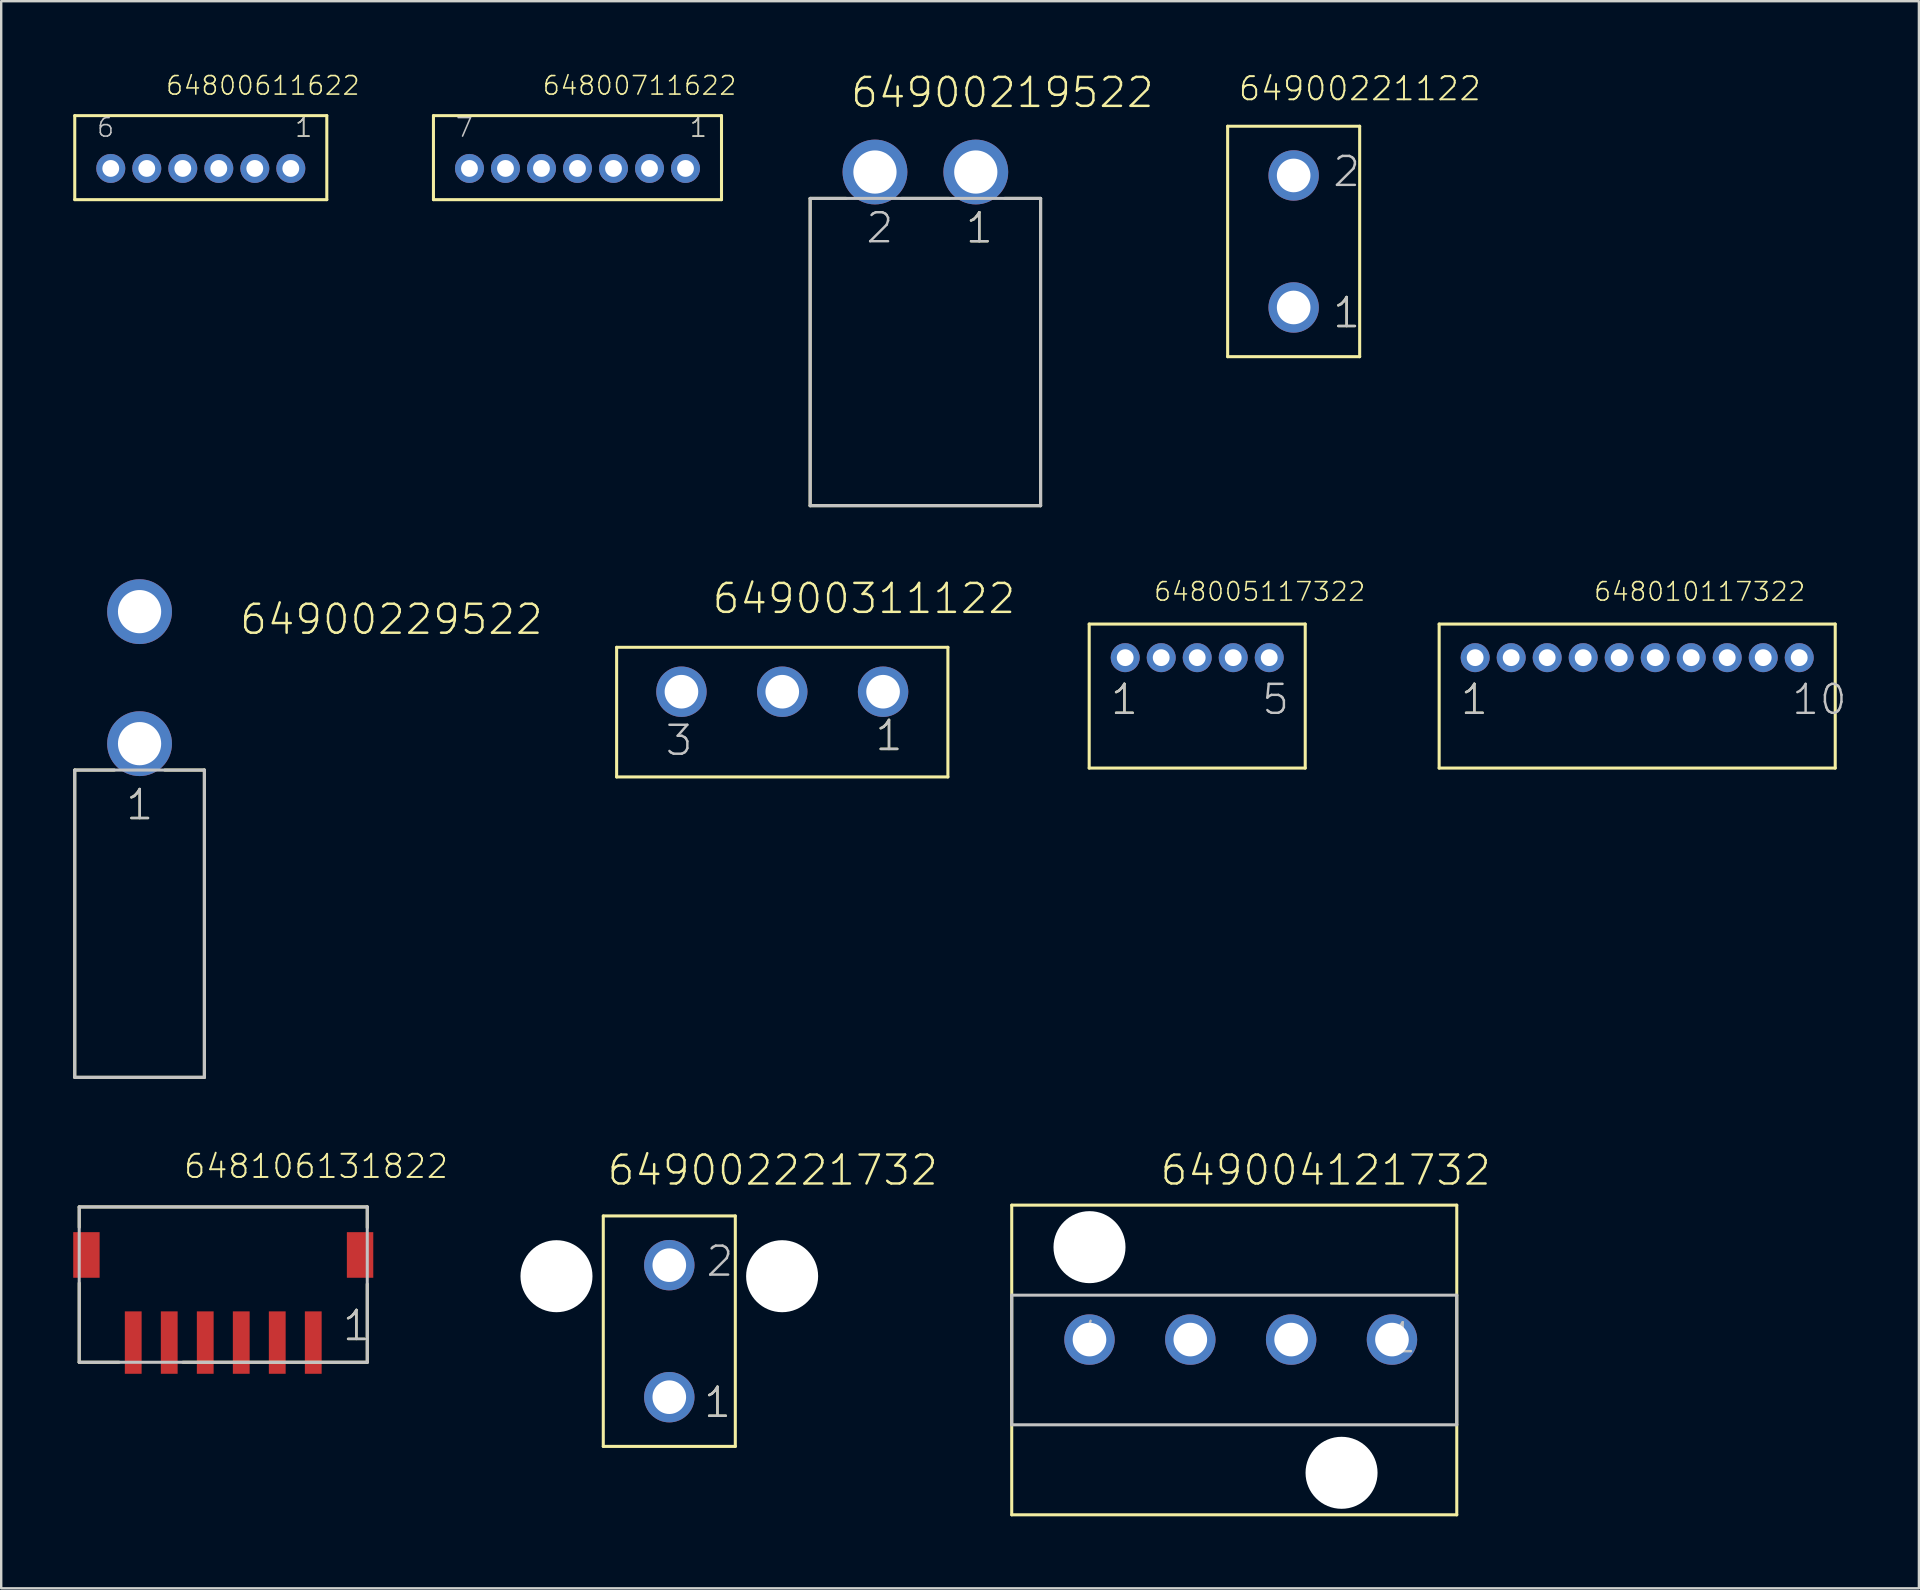
<source format=kicad_pcb>
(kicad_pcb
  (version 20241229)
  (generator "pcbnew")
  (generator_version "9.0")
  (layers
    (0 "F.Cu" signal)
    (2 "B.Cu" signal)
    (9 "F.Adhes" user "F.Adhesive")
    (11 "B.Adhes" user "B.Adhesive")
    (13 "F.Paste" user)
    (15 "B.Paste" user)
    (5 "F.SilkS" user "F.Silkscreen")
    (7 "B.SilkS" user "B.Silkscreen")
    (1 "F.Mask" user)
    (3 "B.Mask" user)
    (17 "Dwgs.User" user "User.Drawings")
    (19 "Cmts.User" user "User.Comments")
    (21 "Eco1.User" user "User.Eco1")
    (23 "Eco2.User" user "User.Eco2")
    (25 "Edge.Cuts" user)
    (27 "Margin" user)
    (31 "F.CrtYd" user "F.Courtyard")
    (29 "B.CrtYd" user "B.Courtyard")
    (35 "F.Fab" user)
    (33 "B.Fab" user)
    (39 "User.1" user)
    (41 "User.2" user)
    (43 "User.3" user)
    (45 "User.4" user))
  (footprint "64900311122"
    (layer "F.Cu")
    (at 29.538 25.766)
    (property "Reference" "64900311122" (at -2.98 -3.175 0) (layer "F.SilkS") (effects (font (size 1.206 1.206) (thickness 0.102)) (justify left bottom)))
    (attr through_hole)
    (fp_line (start -6.9 -1.85) (end 6.9 -1.85) (stroke (width 0.127) (type solid)) (layer "F.SilkS"))
    (fp_line (start -6.9 3.55) (end -6.9 -1.85) (stroke (width 0.127) (type solid)) (layer "F.SilkS"))
    (fp_line (start 6.9 -1.85) (end 6.9 3.55) (stroke (width 0.127) (type solid)) (layer "F.SilkS"))
    (fp_line (start 6.9 3.55) (end -6.9 3.55) (stroke (width 0.127) (type solid)) (layer "F.SilkS"))
    (fp_text user "1" (at 3.805 2.535 0) (layer "F.SilkS") (effects (font (size 1.206 1.206) (thickness 0.102)) (justify left bottom)))
    (fp_text user "3" (at -4.94 2.735 0) (layer "Dwgs.User") (effects (font (size 1.206 1.206) (thickness 0.102)) (justify left bottom)))
    (fp_text user "1" (at 3.805 2.535 0) (layer "Dwgs.User") (effects (font (size 1.206 1.206) (thickness 0.102)) (justify left bottom)))
    (pad "1" thru_hole circle (at 4.2 0) (size 2.1 2.1) (drill 1.4) (layers "*.Cu" "*.Mask"))
    (pad "2" thru_hole circle (at 0 0) (size 2.1 2.1) (drill 1.4) (layers "*.Cu" "*.Mask"))
    (pad "3" thru_hole circle (at -4.2 0) (size 2.1 2.1) (drill 1.4) (layers "*.Cu" "*.Mask")))
  (footprint "649004121732"
    (layer "F.Cu")
    (at 52.837 52.755)
    (property "Reference" "649004121732" (at -7.62 -6.35 0) (layer "F.SilkS") (effects (font (size 1.206 1.206) (thickness 0.102)) (justify left bottom)))
    (attr through_hole)
    (fp_line (start -13.74 -5.6) (end 4.8 -5.6) (stroke (width 0.127) (type solid)) (layer "F.SilkS"))
    (fp_line (start -13.74 7.3) (end -13.74 -5.6) (stroke (width 0.127) (type solid)) (layer "F.SilkS"))
    (fp_line (start 4.8 -5.6) (end 4.8 7.3) (stroke (width 0.127) (type solid)) (layer "F.SilkS"))
    (fp_line (start 4.8 7.3) (end -13.74 7.3) (stroke (width 0.127) (type solid)) (layer "F.SilkS"))
    (fp_line (start -13.74 -1.85) (end 4.8 -1.85) (stroke (width 0.127) (type solid)) (layer "Dwgs.User"))
    (fp_line (start -13.74 3.55) (end -13.74 -1.85) (stroke (width 0.127) (type solid)) (layer "Dwgs.User"))
    (fp_line (start 4.8 -1.85) (end 4.8 3.55) (stroke (width 0.127) (type solid)) (layer "Dwgs.User"))
    (fp_line (start 4.8 3.55) (end -13.74 3.55) (stroke (width 0.127) (type solid)) (layer "Dwgs.User"))
    (fp_text user "1" (at 1.905 0.635 0) (layer "Dwgs.User") (effects (font (size 1.206 1.206) (thickness 0.102)) (justify left bottom)))
    (fp_text user "4" (at -11.04 0.635 0) (layer "Dwgs.User") (effects (font (size 1.206 1.206) (thickness 0.102)) (justify left bottom)))
    (pad "" np_thru_hole circle (at -10.5 -3.85) (size 3 3) (drill 3) (layers "*.Cu"))
    (pad "" np_thru_hole circle (at 0 5.55) (size 3 3) (drill 3) (layers "*.Cu"))
    (pad "1" thru_hole circle (at 2.1 0) (size 2.1 2.1) (drill 1.4) (layers "*.Cu" "*.Mask"))
    (pad "2" thru_hole circle (at -2.1 0) (size 2.1 2.1) (drill 1.4) (layers "*.Cu" "*.Mask"))
    (pad "3" thru_hole circle (at -6.3 0) (size 2.1 2.1) (drill 1.4) (layers "*.Cu" "*.Mask"))
    (pad "4" thru_hole circle (at -10.5 0) (size 2.1 2.1) (drill 1.4) (layers "*.Cu" "*.Mask")))
  (footprint "64900219522"
    (layer "F.Cu")
    (at 35.5 4.116)
    (property "Reference" "64900219522" (at -3.175 -2.605 0) (layer "F.SilkS") (effects (font (size 1.206 1.206) (thickness 0.102)) (justify left bottom)))
    (attr through_hole)
    (fp_line (start -4.8 1.1) (end -3.3 1.1) (stroke (width 0.127) (type solid)) (layer "F.SilkS"))
    (fp_line (start -4.8 13.9) (end -4.8 1.1) (stroke (width 0.127) (type solid)) (layer "F.SilkS"))
    (fp_line (start -1 1.1) (end 1 1.1) (stroke (width 0.127) (type solid)) (layer "F.SilkS"))
    (fp_line (start 3.3 1.1) (end 4.8 1.1) (stroke (width 0.127) (type solid)) (layer "F.SilkS"))
    (fp_line (start 4.8 1.1) (end 4.8 13.9) (stroke (width 0.127) (type solid)) (layer "F.SilkS"))
    (fp_line (start 4.8 13.9) (end -4.8 13.9) (stroke (width 0.127) (type solid)) (layer "F.SilkS"))
    (fp_line (start -4.8 1.1) (end 4.8 1.1) (stroke (width 0.127) (type solid)) (layer "Dwgs.User"))
    (fp_line (start -4.8 13.9) (end -4.8 1.1) (stroke (width 0.127) (type solid)) (layer "Dwgs.User"))
    (fp_line (start 4.8 1.1) (end 4.8 13.9) (stroke (width 0.127) (type solid)) (layer "Dwgs.User"))
    (fp_line (start 4.8 13.9) (end -4.8 13.9) (stroke (width 0.127) (type solid)) (layer "Dwgs.User"))
    (fp_text user "1" (at 1.605 3.035 0) (layer "F.SilkS") (effects (font (size 1.206 1.206) (thickness 0.102)) (justify left bottom)))
    (fp_text user "1" (at 1.605 3.035 0) (layer "Dwgs.User") (effects (font (size 1.206 1.206) (thickness 0.102)) (justify left bottom)))
    (fp_text user "2" (at -2.54 3.035 0) (layer "Dwgs.User") (effects (font (size 1.206 1.206) (thickness 0.102)) (justify left bottom)))
    (pad "1" thru_hole circle (at 2.1 0) (size 2.7 2.7) (drill 1.8) (layers "*.Cu" "*.Mask"))
    (pad "2" thru_hole circle (at -2.1 0) (size 2.7 2.7) (drill 1.8) (layers "*.Cu" "*.Mask")))
  (footprint "649002221732"
    (layer "F.Cu")
    (at 24.832 52.405)
    (property "Reference" "649002221732" (at -2.65 -6 0) (layer "F.SilkS") (effects (font (size 1.206 1.206) (thickness 0.102)) (justify left bottom)))
    (attr through_hole)
    (fp_line (start -2.75 -4.8) (end 2.75 -4.8) (stroke (width 0.127) (type solid)) (layer "F.SilkS"))
    (fp_line (start -2.75 4.8) (end -2.75 -4.8) (stroke (width 0.127) (type solid)) (layer "F.SilkS"))
    (fp_line (start 2.75 -4.8) (end 2.75 4.8) (stroke (width 0.127) (type solid)) (layer "F.SilkS"))
    (fp_line (start 2.75 4.8) (end -2.75 4.8) (stroke (width 0.127) (type solid)) (layer "F.SilkS"))
    (fp_text user "1" (at 1.365 3.675 0) (layer "F.SilkS") (effects (font (size 1.206 1.206) (thickness 0.102)) (justify left bottom)))
    (fp_text user "2" (at 1.465 -2.205 0) (layer "Dwgs.User") (effects (font (size 1.206 1.206) (thickness 0.102)) (justify left bottom)))
    (fp_text user "1" (at 1.365 3.675 0) (layer "Dwgs.User") (effects (font (size 1.206 1.206) (thickness 0.102)) (justify left bottom)))
    (pad "" np_thru_hole circle (at -4.7 -2.29) (size 3 3) (drill 3) (layers "*.Cu"))
    (pad "" np_thru_hole circle (at 4.7 -2.29) (size 3 3) (drill 3) (layers "*.Cu"))
    (pad "1" thru_hole circle (at 0 2.75) (size 2.1 2.1) (drill 1.4) (layers "*.Cu" "*.Mask"))
    (pad "2" thru_hole circle (at 0 -2.75) (size 2.1 2.1) (drill 1.4) (layers "*.Cu" "*.Mask")))
  (footprint "648005117322"
    (layer "F.Cu")
    (at 46.824 24.347)
    (property "Reference" "648005117322" (at -1.85 -2.3 0) (layer "F.SilkS") (effects (font (size 0.772 0.772) (thickness 0.065)) (justify left bottom)))
    (attr through_hole)
    (fp_line (start -4.5 -1.4) (end 4.5 -1.4) (stroke (width 0.127) (type solid)) (layer "F.SilkS"))
    (fp_line (start -4.5 4.6) (end -4.5 -1.4) (stroke (width 0.127) (type solid)) (layer "F.SilkS"))
    (fp_line (start 4.5 -1.4) (end 4.5 4.6) (stroke (width 0.127) (type solid)) (layer "F.SilkS"))
    (fp_line (start 4.5 4.6) (end -4.5 4.6) (stroke (width 0.127) (type solid)) (layer "F.SilkS"))
    (fp_text user "1" (at -3.675 2.45 0) (layer "F.SilkS") (effects (font (size 1.206 1.206) (thickness 0.102)) (justify left bottom)))
    (fp_text user "5" (at 2.625 2.45 0) (layer "Dwgs.User") (effects (font (size 1.206 1.206) (thickness 0.102)) (justify left bottom)))
    (fp_text user "1" (at -3.675 2.45 0) (layer "Dwgs.User") (effects (font (size 1.206 1.206) (thickness 0.102)) (justify left bottom)))
    (pad "1" thru_hole circle (at -3 0) (size 1.208 1.208) (drill 0.7) (layers "*.Cu" "*.Mask"))
    (pad "2" thru_hole circle (at -1.5 0) (size 1.208 1.208) (drill 0.7) (layers "*.Cu" "*.Mask"))
    (pad "3" thru_hole circle (at 0 0) (size 1.208 1.208) (drill 0.7) (layers "*.Cu" "*.Mask"))
    (pad "4" thru_hole circle (at 1.5 0) (size 1.208 1.208) (drill 0.7) (layers "*.Cu" "*.Mask"))
    (pad "5" thru_hole circle (at 3 0) (size 1.208 1.208) (drill 0.7) (layers "*.Cu" "*.Mask")))
  (footprint "648106131822"
    (layer "F.Cu")
    (at 6.25 52.88)
    (property "Reference" "648106131822" (at -1.7 -6.777 0) (layer "F.SilkS") (effects (font (size 0.965 0.965) (thickness 0.081)) (justify left bottom)))
    (attr through_hole)
    (fp_line (start -6 -5.65) (end 6 -5.65) (stroke (width 0.127) (type solid)) (layer "F.SilkS"))
    (fp_line (start -6 -4.8) (end -6 -5.65) (stroke (width 0.127) (type solid)) (layer "F.SilkS"))
    (fp_line (start -6 -2.48) (end -6 0.82) (stroke (width 0.127) (type solid)) (layer "F.SilkS"))
    (fp_line (start -6 0.82) (end -4.34 0.82) (stroke (width 0.127) (type solid)) (layer "F.SilkS"))
    (fp_line (start 6 -5.65) (end 6 -4.79) (stroke (width 0.127) (type solid)) (layer "F.SilkS"))
    (fp_line (start 6 -2.44) (end 6 0.82) (stroke (width 0.127) (type solid)) (layer "F.SilkS"))
    (fp_line (start 6 0.82) (end -1.68 0.82) (stroke (width 0.127) (type solid)) (layer "F.SilkS"))
    (fp_line (start -6 -5.65) (end -6 0.82) (stroke (width 0.127) (type solid)) (layer "Dwgs.User"))
    (fp_line (start -6 0.82) (end 6 0.82) (stroke (width 0.127) (type solid)) (layer "Dwgs.User"))
    (fp_line (start 6 -5.65) (end -6 -5.65) (stroke (width 0.127) (type solid)) (layer "Dwgs.User"))
    (fp_line (start 6 0.82) (end 6 -5.65) (stroke (width 0.127) (type solid)) (layer "Dwgs.User"))
    (fp_text user "1" (at 4.905 0 0) (layer "F.SilkS") (effects (font (size 1.206 1.206) (thickness 0.102)) (justify left bottom)))
    (fp_text user "1" (at 4.905 0 0) (layer "Dwgs.User") (effects (font (size 1.206 1.206) (thickness 0.102)) (justify left bottom)))
    (pad "1" smd rect (at -3.75 0) (size 0.7 2.6) (layers "F.Cu" "F.Mask" "F.Paste"))
    (pad "2" smd rect (at -2.25 0) (size 0.7 2.6) (layers "F.Cu" "F.Mask" "F.Paste"))
    (pad "3" smd rect (at -0.75 0) (size 0.7 2.6) (layers "F.Cu" "F.Mask" "F.Paste"))
    (pad "4" smd rect (at 0.75 0) (size 0.7 2.6) (layers "F.Cu" "F.Mask" "F.Paste"))
    (pad "5" smd rect (at 2.25 0) (size 0.7 2.6) (layers "F.Cu" "F.Mask" "F.Paste"))
    (pad "6" smd rect (at 3.75 0) (size 0.7 2.6) (layers "F.Cu" "F.Mask" "F.Paste"))
    (pad "Z1" smd rect (at -5.7 -3.65) (size 1.1 1.9) (layers "F.Cu" "F.Mask" "F.Paste"))
    (pad "Z2" smd rect (at 5.7 -3.65) (size 1.1 1.9) (layers "F.Cu" "F.Mask" "F.Paste")))
  (footprint "64800711622"
    (layer "F.Cu")
    (at 21.007 3.967)
    (property "Reference" "64800711622" (at -1.5 -3 0) (layer "F.SilkS") (effects (font (size 0.772 0.772) (thickness 0.065)) (justify left bottom)))
    (attr through_hole)
    (fp_line (start -6 -2.2) (end 6 -2.2) (stroke (width 0.127) (type solid)) (layer "F.SilkS"))
    (fp_line (start -6 1.3) (end -6 -2.2) (stroke (width 0.127) (type solid)) (layer "F.SilkS"))
    (fp_line (start 6 -2.2) (end 6 1.3) (stroke (width 0.127) (type solid)) (layer "F.SilkS"))
    (fp_line (start 6 1.3) (end -6 1.3) (stroke (width 0.127) (type solid)) (layer "F.SilkS"))
    (fp_text user "1" (at 4.625 -1.25 0) (layer "F.SilkS") (effects (font (size 0.772 0.772) (thickness 0.065)) (justify left bottom)))
    (fp_text user "7" (at -5.125 -1.25 0) (layer "Dwgs.User") (effects (font (size 0.772 0.772) (thickness 0.065)) (justify left bottom)))
    (fp_text user "1" (at 4.625 -1.25 0) (layer "Dwgs.User") (effects (font (size 0.772 0.772) (thickness 0.065)) (justify left bottom)))
    (pad "1" thru_hole circle (at 4.5 0) (size 1.208 1.208) (drill 0.7) (layers "*.Cu" "*.Mask"))
    (pad "2" thru_hole circle (at 3 0) (size 1.208 1.208) (drill 0.7) (layers "*.Cu" "*.Mask"))
    (pad "3" thru_hole circle (at 1.5 0) (size 1.208 1.208) (drill 0.7) (layers "*.Cu" "*.Mask"))
    (pad "4" thru_hole circle (at 0 0) (size 1.208 1.208) (drill 0.7) (layers "*.Cu" "*.Mask"))
    (pad "5" thru_hole circle (at -1.5 0) (size 1.208 1.208) (drill 0.7) (layers "*.Cu" "*.Mask"))
    (pad "6" thru_hole circle (at -3 0) (size 1.208 1.208) (drill 0.7) (layers "*.Cu" "*.Mask"))
    (pad "7" thru_hole circle (at -4.5 0) (size 1.208 1.208) (drill 0.7) (layers "*.Cu" "*.Mask")))
  (footprint "64900221122"
    (layer "F.Cu")
    (at 50.842 7.009)
    (property "Reference" "64900221122" (at -2.35 -5.8 0) (layer "F.SilkS") (effects (font (size 0.965 0.965) (thickness 0.081)) (justify left bottom)))
    (attr through_hole)
    (fp_line (start -2.75 -4.8) (end 2.75 -4.8) (stroke (width 0.127) (type solid)) (layer "F.SilkS"))
    (fp_line (start -2.75 4.8) (end -2.75 -4.8) (stroke (width 0.127) (type solid)) (layer "F.SilkS"))
    (fp_line (start 2.75 -4.8) (end 2.75 4.8) (stroke (width 0.127) (type solid)) (layer "F.SilkS"))
    (fp_line (start 2.75 4.8) (end -2.75 4.8) (stroke (width 0.127) (type solid)) (layer "F.SilkS"))
    (fp_text user "1" (at 1.565 3.675 0) (layer "F.SilkS") (effects (font (size 1.206 1.206) (thickness 0.102)) (justify left bottom)))
    (fp_text user "2" (at 1.565 -2.205 0) (layer "Dwgs.User") (effects (font (size 1.206 1.206) (thickness 0.102)) (justify left bottom)))
    (fp_text user "1" (at 1.565 3.675 0) (layer "Dwgs.User") (effects (font (size 1.206 1.206) (thickness 0.102)) (justify left bottom)))
    (pad "1" thru_hole circle (at 0 2.75) (size 2.1 2.1) (drill 1.4) (layers "*.Cu" "*.Mask"))
    (pad "2" thru_hole circle (at 0 -2.75) (size 2.1 2.1) (drill 1.4) (layers "*.Cu" "*.Mask")))
  (footprint "648010117322"
    (layer "F.Cu")
    (at 65.153 24.347)
    (property "Reference" "648010117322" (at -1.85 -2.3 0) (layer "F.SilkS") (effects (font (size 0.772 0.772) (thickness 0.065)) (justify left bottom)))
    (attr through_hole)
    (fp_line (start -8.25 -1.4) (end 8.25 -1.4) (stroke (width 0.127) (type solid)) (layer "F.SilkS"))
    (fp_line (start -8.25 4.6) (end -8.25 -1.4) (stroke (width 0.127) (type solid)) (layer "F.SilkS"))
    (fp_line (start 8.25 -1.4) (end 8.25 4.6) (stroke (width 0.127) (type solid)) (layer "F.SilkS"))
    (fp_line (start 8.25 4.6) (end -8.25 4.6) (stroke (width 0.127) (type solid)) (layer "F.SilkS"))
    (fp_text user "1" (at -7.425 2.45 0) (layer "F.SilkS") (effects (font (size 1.206 1.206) (thickness 0.102)) (justify left bottom)))
    (fp_text user "1" (at -7.425 2.45 0) (layer "Dwgs.User") (effects (font (size 1.206 1.206) (thickness 0.102)) (justify left bottom)))
    (fp_text user "10" (at 6.375 2.45 0) (layer "Dwgs.User") (effects (font (size 1.206 1.206) (thickness 0.102)) (justify left bottom)))
    (pad "1" thru_hole circle (at -6.75 0) (size 1.208 1.208) (drill 0.7) (layers "*.Cu" "*.Mask"))
    (pad "2" thru_hole circle (at -5.25 0) (size 1.208 1.208) (drill 0.7) (layers "*.Cu" "*.Mask"))
    (pad "3" thru_hole circle (at -3.75 0) (size 1.208 1.208) (drill 0.7) (layers "*.Cu" "*.Mask"))
    (pad "4" thru_hole circle (at -2.25 0) (size 1.208 1.208) (drill 0.7) (layers "*.Cu" "*.Mask"))
    (pad "5" thru_hole circle (at -0.75 0) (size 1.208 1.208) (drill 0.7) (layers "*.Cu" "*.Mask"))
    (pad "6" thru_hole circle (at 0.75 0) (size 1.208 1.208) (drill 0.7) (layers "*.Cu" "*.Mask"))
    (pad "7" thru_hole circle (at 2.25 0) (size 1.208 1.208) (drill 0.7) (layers "*.Cu" "*.Mask"))
    (pad "8" thru_hole circle (at 3.75 0) (size 1.208 1.208) (drill 0.7) (layers "*.Cu" "*.Mask"))
    (pad "9" thru_hole circle (at 5.25 0) (size 1.208 1.208) (drill 0.7) (layers "*.Cu" "*.Mask"))
    (pad "10" thru_hole circle (at 6.75 0) (size 1.208 1.208) (drill 0.7) (layers "*.Cu" "*.Mask")))
  (footprint "64800611622"
    (layer "F.Cu")
    (at 5.314 3.967)
    (property "Reference" "64800611622" (at -1.5 -3 0) (layer "F.SilkS") (effects (font (size 0.772 0.772) (thickness 0.065)) (justify left bottom)))
    (attr through_hole)
    (fp_line (start -5.25 -2.2) (end 5.25 -2.2) (stroke (width 0.127) (type solid)) (layer "F.SilkS"))
    (fp_line (start -5.25 1.3) (end -5.25 -2.2) (stroke (width 0.127) (type solid)) (layer "F.SilkS"))
    (fp_line (start 5.25 -2.2) (end 5.25 1.3) (stroke (width 0.127) (type solid)) (layer "F.SilkS"))
    (fp_line (start 5.25 1.3) (end -5.25 1.3) (stroke (width 0.127) (type solid)) (layer "F.SilkS"))
    (fp_text user "1" (at 3.875 -1.25 0) (layer "F.SilkS") (effects (font (size 0.772 0.772) (thickness 0.065)) (justify left bottom)))
    (fp_text user "1" (at 3.875 -1.25 0) (layer "Dwgs.User") (effects (font (size 0.772 0.772) (thickness 0.065)) (justify left bottom)))
    (fp_text user "6" (at -4.375 -1.25 0) (layer "Dwgs.User") (effects (font (size 0.772 0.772) (thickness 0.065)) (justify left bottom)))
    (pad "1" thru_hole circle (at 3.75 0 180) (size 1.208 1.208) (drill 0.7) (layers "*.Cu" "*.Mask"))
    (pad "2" thru_hole circle (at 2.25 0 180) (size 1.208 1.208) (drill 0.7) (layers "*.Cu" "*.Mask"))
    (pad "3" thru_hole circle (at 0.75 0 180) (size 1.208 1.208) (drill 0.7) (layers "*.Cu" "*.Mask"))
    (pad "4" thru_hole circle (at -0.75 0 180) (size 1.208 1.208) (drill 0.7) (layers "*.Cu" "*.Mask"))
    (pad "5" thru_hole circle (at -2.25 0 180) (size 1.208 1.208) (drill 0.7) (layers "*.Cu" "*.Mask"))
    (pad "6" thru_hole circle (at -3.75 0 180) (size 1.208 1.208) (drill 0.7) (layers "*.Cu" "*.Mask")))
  (footprint "64900229522"
    (layer "F.Cu")
    (at 2.764 25.18)
    (property "Reference" "64900229522" (at 4.107 -1.72 0) (layer "F.SilkS") (effects (font (size 1.206 1.206) (thickness 0.102)) (justify left bottom)))
    (attr through_hole)
    (fp_line (start -2.7 3.85) (end -1.05 3.85) (stroke (width 0.127) (type solid)) (layer "F.SilkS"))
    (fp_line (start -2.7 16.65) (end -2.7 3.85) (stroke (width 0.127) (type solid)) (layer "F.SilkS"))
    (fp_line (start 1.05 3.85) (end 2.7 3.85) (stroke (width 0.127) (type solid)) (layer "F.SilkS"))
    (fp_line (start 2.7 3.85) (end 2.7 16.65) (stroke (width 0.127) (type solid)) (layer "F.SilkS"))
    (fp_line (start 2.7 16.65) (end -2.7 16.65) (stroke (width 0.127) (type solid)) (layer "F.SilkS"))
    (fp_line (start -2.7 3.85) (end 2.7 3.85) (stroke (width 0.127) (type solid)) (layer "Dwgs.User"))
    (fp_line (start -2.7 16.65) (end -2.7 3.85) (stroke (width 0.127) (type solid)) (layer "Dwgs.User"))
    (fp_line (start 2.7 3.85) (end 2.7 16.65) (stroke (width 0.127) (type solid)) (layer "Dwgs.User"))
    (fp_line (start 2.7 16.65) (end -2.7 16.65) (stroke (width 0.127) (type solid)) (layer "Dwgs.User"))
    (fp_text user "1" (at -0.635 6 0) (layer "F.SilkS") (effects (font (size 1.206 1.206) (thickness 0.102)) (justify left bottom)))
    (fp_text user "1" (at -0.635 6 0) (layer "Dwgs.User") (effects (font (size 1.206 1.206) (thickness 0.102)) (justify left bottom)))
    (pad "1" thru_hole circle (at 0 2.75) (size 2.7 2.7) (drill 1.8) (layers "*.Cu" "*.Mask"))
    (pad "2" thru_hole circle (at 0 -2.75) (size 2.7 2.7) (drill 1.8) (layers "*.Cu" "*.Mask")))
  (gr_rect
    (start -3 -3)
    (end 76.889 63.118)
    (stroke (width 0.1) (type default))
    (fill no)
    (layer "Edge.Cuts")))
</source>
